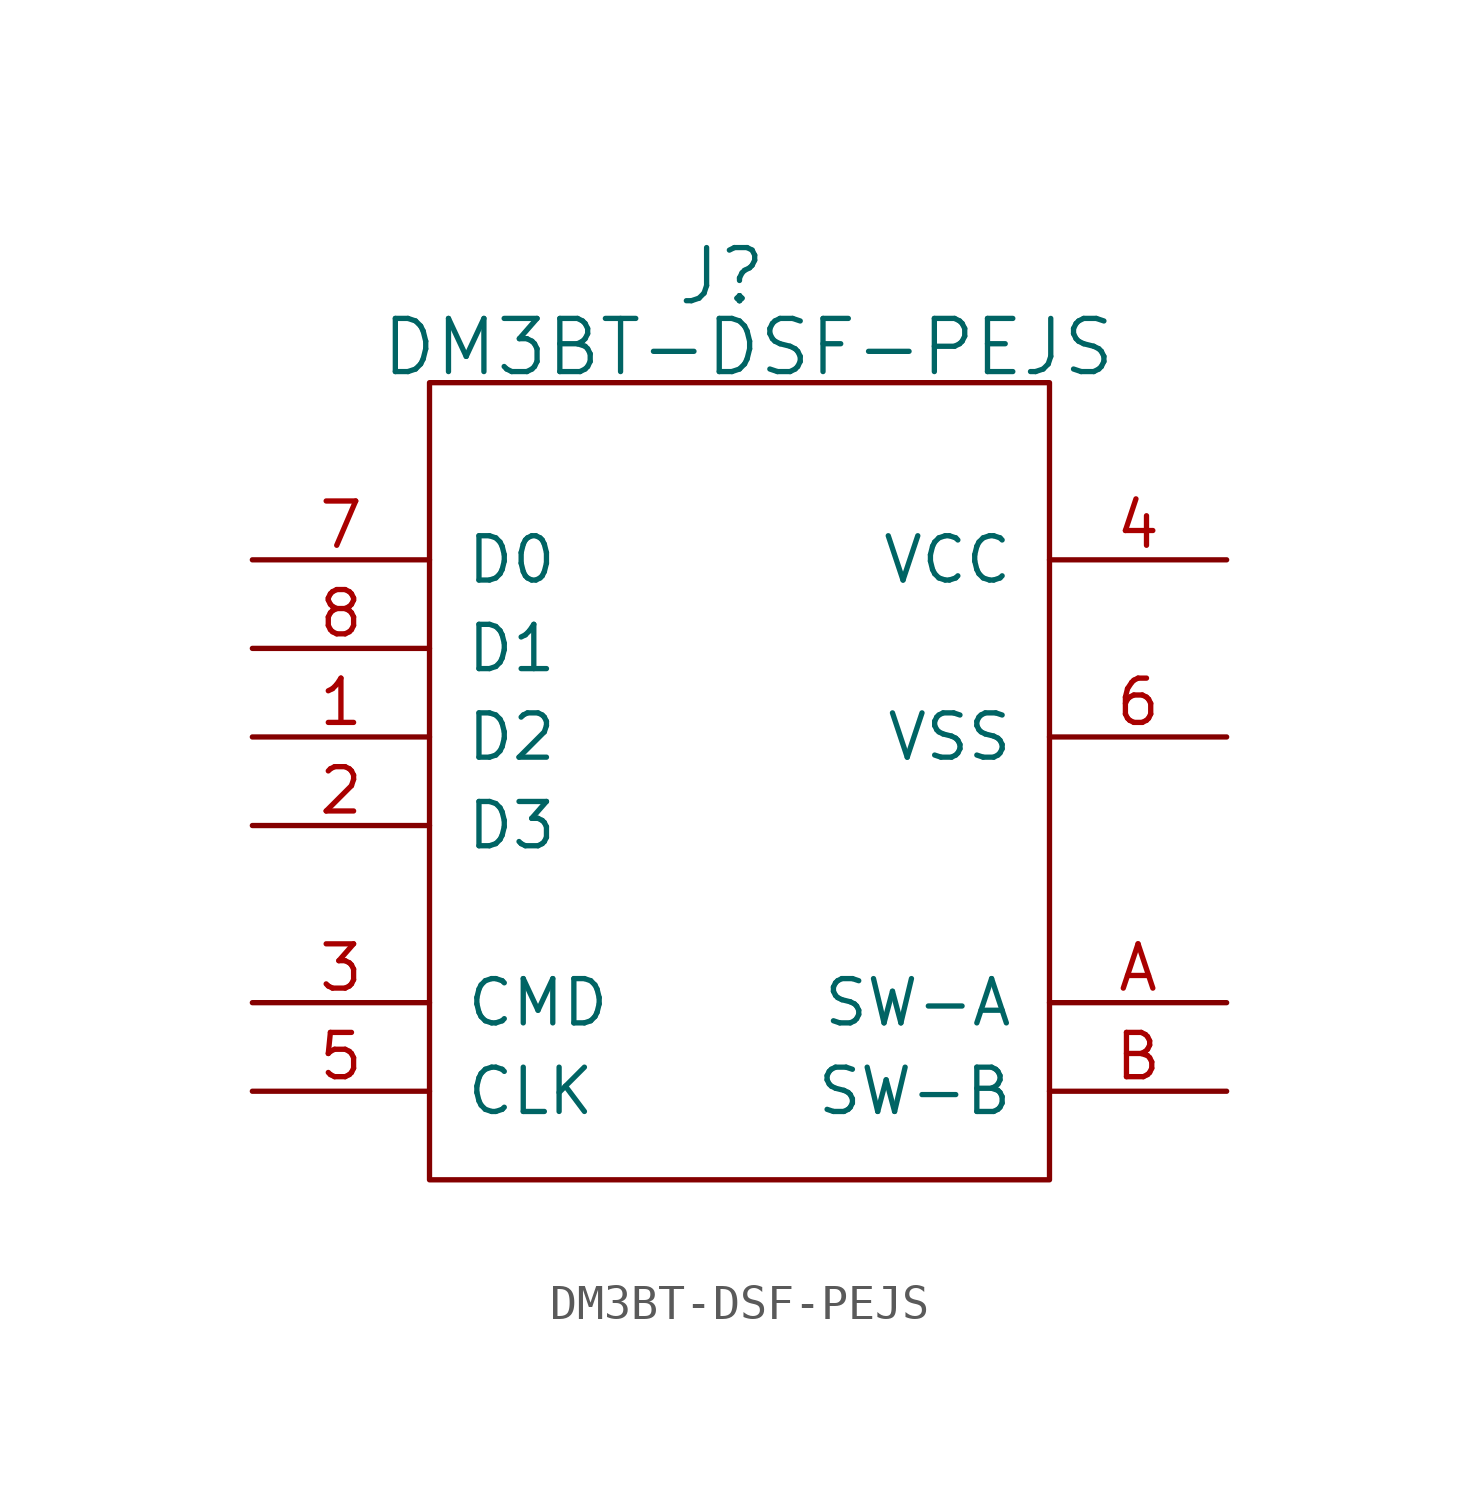
<source format=kicad_sym>
(kicad_symbol_lib
  (version 20220914)
  (generator kicad_symbol_editor)
  (symbol "DM3BT-DSF-PEJS"
    (pin_names
      (offset 1.016))
    (property "Reference" "J"
      (at 8.382 25.908 0)
      (effects (font (size 1.524 1.524))))
    (property "Value" "DM3BT-DSF-PEJS"
      (at 9.144 23.876 0)
      (effects (font (size 1.524 1.524))))
    (property "Footprint" ""
      (at 0 0.635 0)
      (effects (font (size 1.524 1.524))))
    (property "Datasheet" ""
      (at 0 0.635 0)
      (effects (font (size 1.524 1.524))))
    (symbol "DM3BT-DSF-PEJS_0_1"
      (rectangle (start 0 0) (end 17.78 22.86) (stroke (width 0) (type solid)) (fill (type none))))
    (symbol "DM3BT-DSF-PEJS_1_1"
      (pin bidirectional line (at -5.08 12.7 0) (length 5.08) (name "D2" (effects (font (size 1.27 1.27)))) (number "1" (effects (font (size 1.27 1.27)))))
      (pin bidirectional line (at -5.08 10.16 0) (length 5.08) (name "D3" (effects (font (size 1.27 1.27)))) (number "2" (effects (font (size 1.27 1.27)))))
      (pin input line (at -5.08 5.08 0) (length 5.08) (name "CMD" (effects (font (size 1.27 1.27)))) (number "3" (effects (font (size 1.27 1.27)))))
      (pin power_in line (at 22.86 17.78 180) (length 5.08) (name "VCC" (effects (font (size 1.27 1.27)))) (number "4" (effects (font (size 1.27 1.27)))))
      (pin input line (at -5.08 2.54 0) (length 5.08) (name "CLK" (effects (font (size 1.27 1.27)))) (number "5" (effects (font (size 1.27 1.27)))))
      (pin power_in line (at 22.86 12.7 180) (length 5.08) (name "VSS" (effects (font (size 1.27 1.27)))) (number "6" (effects (font (size 1.27 1.27)))))
      (pin bidirectional line (at -5.08 17.78 0) (length 5.08) (name "D0" (effects (font (size 1.27 1.27)))) (number "7" (effects (font (size 1.27 1.27)))))
      (pin bidirectional line (at -5.08 15.24 0) (length 5.08) (name "D1" (effects (font (size 1.27 1.27)))) (number "8" (effects (font (size 1.27 1.27)))))
      (pin bidirectional line (at 22.86 5.08 180) (length 5.08) (name "SW-A" (effects (font (size 1.27 1.27)))) (number "A" (effects (font (size 1.27 1.27)))))
      (pin bidirectional line (at 22.86 2.54 180) (length 5.08) (name "SW-B" (effects (font (size 1.27 1.27)))) (number "B" (effects (font (size 1.27 1.27))))))))
</source>
